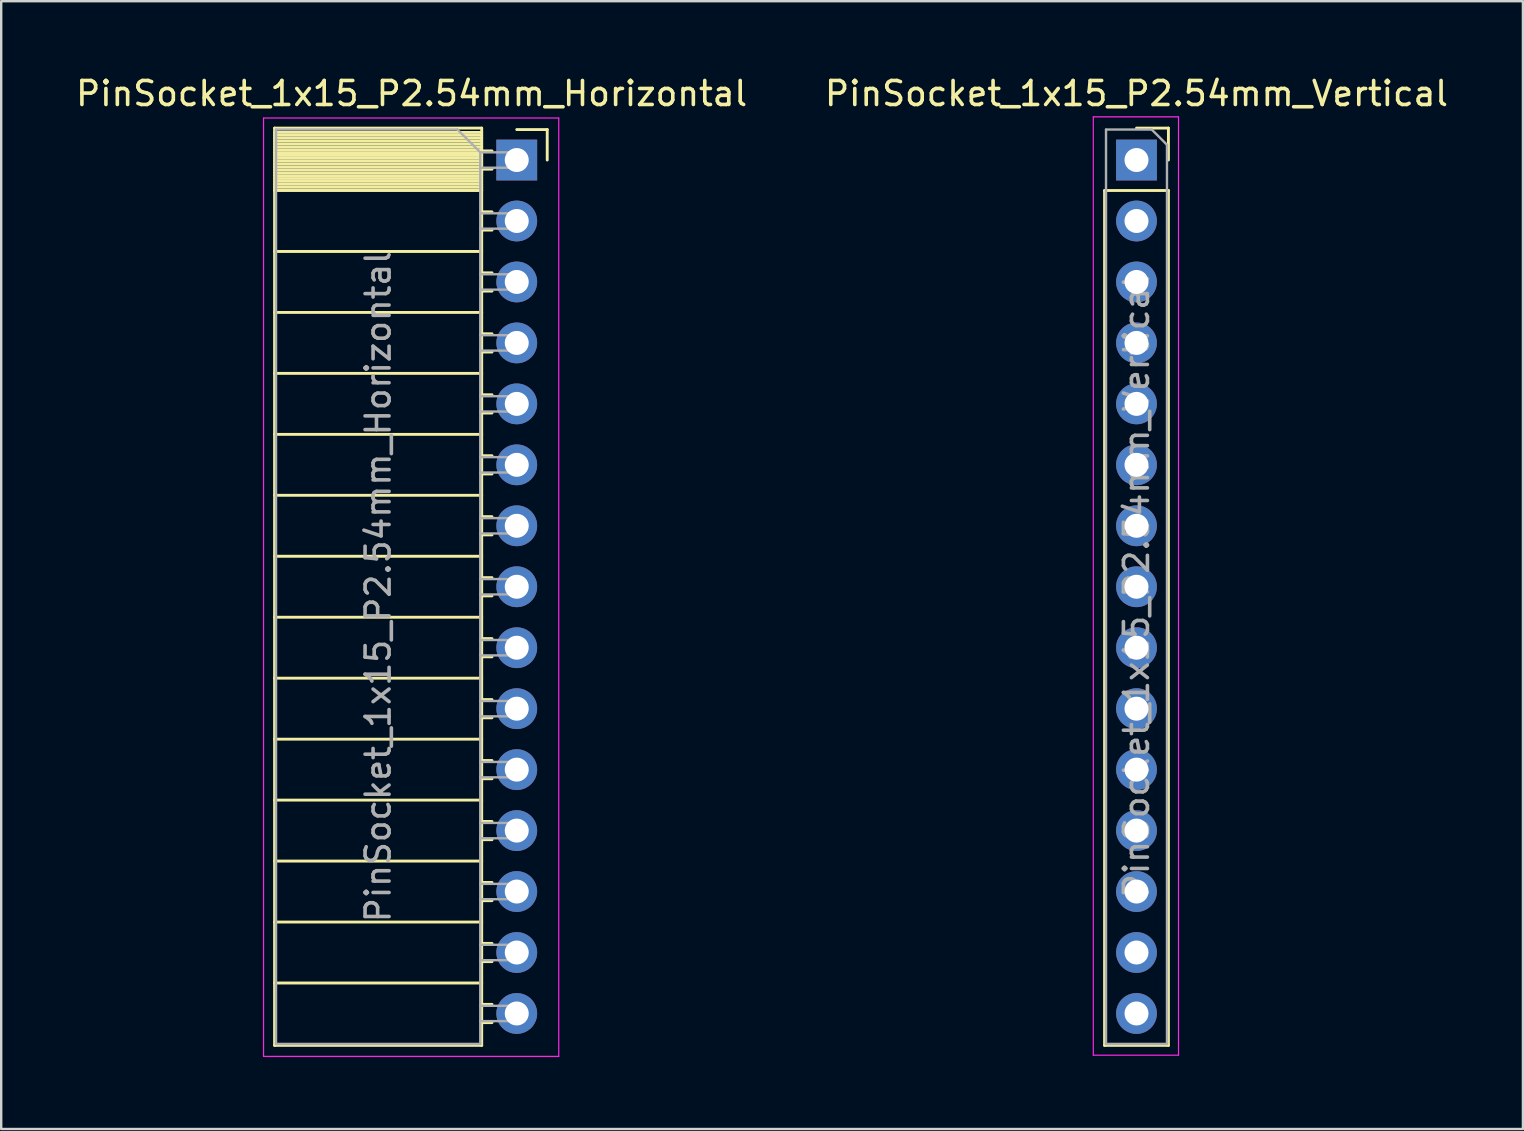
<source format=kicad_pcb>
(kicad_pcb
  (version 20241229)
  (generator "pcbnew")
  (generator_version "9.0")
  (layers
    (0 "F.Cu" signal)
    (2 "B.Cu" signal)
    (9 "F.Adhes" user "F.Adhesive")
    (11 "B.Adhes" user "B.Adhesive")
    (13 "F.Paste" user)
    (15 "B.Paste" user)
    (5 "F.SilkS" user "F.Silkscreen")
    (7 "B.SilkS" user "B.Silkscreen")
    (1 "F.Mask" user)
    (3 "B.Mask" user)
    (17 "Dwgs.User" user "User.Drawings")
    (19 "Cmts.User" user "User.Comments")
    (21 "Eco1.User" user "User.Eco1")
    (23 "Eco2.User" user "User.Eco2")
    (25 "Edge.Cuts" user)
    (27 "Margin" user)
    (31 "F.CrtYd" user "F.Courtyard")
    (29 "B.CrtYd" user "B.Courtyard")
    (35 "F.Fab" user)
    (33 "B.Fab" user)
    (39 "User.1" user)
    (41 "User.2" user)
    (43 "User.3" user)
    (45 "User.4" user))
  (footprint "PinSocket_1x15_P2.54mm_Horizontal"
    (layer "F.Cu")
    (at 18.481 3.618)
    (property "Reference" "PinSocket_1x15_P2.54mm_Horizontal" (at -4.38 -2.77 0) (layer "F.SilkS") (effects (font (size 1 1) (thickness 0.15))))
    (attr through_hole)
    (fp_line (start -10.09 -1.33) (end -1.46 -1.33) (stroke (width 0.12) (type solid)) (layer "F.SilkS"))
    (fp_line (start -10.09 -1.15) (end -1.46 -1.15) (stroke (width 0.12) (type solid)) (layer "F.SilkS"))
    (fp_line (start -10.09 -1.03) (end -1.46 -1.03) (stroke (width 0.12) (type solid)) (layer "F.SilkS"))
    (fp_line (start -10.09 -0.91) (end -1.46 -0.91) (stroke (width 0.12) (type solid)) (layer "F.SilkS"))
    (fp_line (start -10.09 -0.79) (end -1.46 -0.79) (stroke (width 0.12) (type solid)) (layer "F.SilkS"))
    (fp_line (start -10.09 -0.67) (end -1.46 -0.67) (stroke (width 0.12) (type solid)) (layer "F.SilkS"))
    (fp_line (start -10.09 -0.55) (end -1.46 -0.55) (stroke (width 0.12) (type solid)) (layer "F.SilkS"))
    (fp_line (start -10.09 -0.43) (end -1.46 -0.43) (stroke (width 0.12) (type solid)) (layer "F.SilkS"))
    (fp_line (start -10.09 -0.31) (end -1.46 -0.31) (stroke (width 0.12) (type solid)) (layer "F.SilkS"))
    (fp_line (start -10.09 -0.19) (end -1.46 -0.19) (stroke (width 0.12) (type solid)) (layer "F.SilkS"))
    (fp_line (start -10.09 -0.07) (end -1.46 -0.07) (stroke (width 0.12) (type solid)) (layer "F.SilkS"))
    (fp_line (start -10.09 0.05) (end -1.46 0.05) (stroke (width 0.12) (type solid)) (layer "F.SilkS"))
    (fp_line (start -10.09 0.17) (end -1.46 0.17) (stroke (width 0.12) (type solid)) (layer "F.SilkS"))
    (fp_line (start -10.09 0.29) (end -1.46 0.29) (stroke (width 0.12) (type solid)) (layer "F.SilkS"))
    (fp_line (start -10.09 0.41) (end -1.46 0.41) (stroke (width 0.12) (type solid)) (layer "F.SilkS"))
    (fp_line (start -10.09 0.53) (end -1.46 0.53) (stroke (width 0.12) (type solid)) (layer "F.SilkS"))
    (fp_line (start -10.09 0.65) (end -1.46 0.65) (stroke (width 0.12) (type solid)) (layer "F.SilkS"))
    (fp_line (start -10.09 0.77) (end -1.46 0.77) (stroke (width 0.12) (type solid)) (layer "F.SilkS"))
    (fp_line (start -10.09 0.89) (end -1.46 0.89) (stroke (width 0.12) (type solid)) (layer "F.SilkS"))
    (fp_line (start -10.09 1.01) (end -1.46 1.01) (stroke (width 0.12) (type solid)) (layer "F.SilkS"))
    (fp_line (start -10.09 1.13) (end -1.46 1.13) (stroke (width 0.12) (type solid)) (layer "F.SilkS"))
    (fp_line (start -10.09 1.25) (end -1.46 1.25) (stroke (width 0.12) (type solid)) (layer "F.SilkS"))
    (fp_line (start -10.09 1.27) (end -1.46 1.27) (stroke (width 0.12) (type solid)) (layer "F.SilkS"))
    (fp_line (start -10.09 3.81) (end -1.46 3.81) (stroke (width 0.12) (type solid)) (layer "F.SilkS"))
    (fp_line (start -10.09 6.35) (end -1.46 6.35) (stroke (width 0.12) (type solid)) (layer "F.SilkS"))
    (fp_line (start -10.09 8.89) (end -1.46 8.89) (stroke (width 0.12) (type solid)) (layer "F.SilkS"))
    (fp_line (start -10.09 11.43) (end -1.46 11.43) (stroke (width 0.12) (type solid)) (layer "F.SilkS"))
    (fp_line (start -10.09 13.97) (end -1.46 13.97) (stroke (width 0.12) (type solid)) (layer "F.SilkS"))
    (fp_line (start -10.09 16.51) (end -1.46 16.51) (stroke (width 0.12) (type solid)) (layer "F.SilkS"))
    (fp_line (start -10.09 19.05) (end -1.46 19.05) (stroke (width 0.12) (type solid)) (layer "F.SilkS"))
    (fp_line (start -10.09 21.59) (end -1.46 21.59) (stroke (width 0.12) (type solid)) (layer "F.SilkS"))
    (fp_line (start -10.09 24.13) (end -1.46 24.13) (stroke (width 0.12) (type solid)) (layer "F.SilkS"))
    (fp_line (start -10.09 26.67) (end -1.46 26.67) (stroke (width 0.12) (type solid)) (layer "F.SilkS"))
    (fp_line (start -10.09 29.21) (end -1.46 29.21) (stroke (width 0.12) (type solid)) (layer "F.SilkS"))
    (fp_line (start -10.09 31.75) (end -1.46 31.75) (stroke (width 0.12) (type solid)) (layer "F.SilkS"))
    (fp_line (start -10.09 34.29) (end -1.46 34.29) (stroke (width 0.12) (type solid)) (layer "F.SilkS"))
    (fp_line (start -10.09 36.89) (end -10.09 -1.33) (stroke (width 0.12) (type solid)) (layer "F.SilkS"))
    (fp_line (start -1.46 -1.33) (end -1.46 36.89) (stroke (width 0.12) (type solid)) (layer "F.SilkS"))
    (fp_line (start -1.46 -0.38) (end -1.03 -0.38) (stroke (width 0.12) (type solid)) (layer "F.SilkS"))
    (fp_line (start -1.46 2.16) (end -1.03 2.16) (stroke (width 0.12) (type solid)) (layer "F.SilkS"))
    (fp_line (start -1.46 4.7) (end -1.03 4.7) (stroke (width 0.12) (type solid)) (layer "F.SilkS"))
    (fp_line (start -1.46 7.24) (end -1.03 7.24) (stroke (width 0.12) (type solid)) (layer "F.SilkS"))
    (fp_line (start -1.46 9.78) (end -1.03 9.78) (stroke (width 0.12) (type solid)) (layer "F.SilkS"))
    (fp_line (start -1.46 12.32) (end -1.03 12.32) (stroke (width 0.12) (type solid)) (layer "F.SilkS"))
    (fp_line (start -1.46 14.86) (end -1.03 14.86) (stroke (width 0.12) (type solid)) (layer "F.SilkS"))
    (fp_line (start -1.46 17.4) (end -1.03 17.4) (stroke (width 0.12) (type solid)) (layer "F.SilkS"))
    (fp_line (start -1.46 19.94) (end -1.03 19.94) (stroke (width 0.12) (type solid)) (layer "F.SilkS"))
    (fp_line (start -1.46 22.48) (end -1.03 22.48) (stroke (width 0.12) (type solid)) (layer "F.SilkS"))
    (fp_line (start -1.46 25.02) (end -1.03 25.02) (stroke (width 0.12) (type solid)) (layer "F.SilkS"))
    (fp_line (start -1.46 27.56) (end -1.03 27.56) (stroke (width 0.12) (type solid)) (layer "F.SilkS"))
    (fp_line (start -1.46 30.1) (end -1.03 30.1) (stroke (width 0.12) (type solid)) (layer "F.SilkS"))
    (fp_line (start -1.46 32.64) (end -1.03 32.64) (stroke (width 0.12) (type solid)) (layer "F.SilkS"))
    (fp_line (start -1.46 35.18) (end -1.03 35.18) (stroke (width 0.12) (type solid)) (layer "F.SilkS"))
    (fp_line (start -1.46 36.89) (end -10.09 36.89) (stroke (width 0.12) (type solid)) (layer "F.SilkS"))
    (fp_line (start -1.03 0.38) (end -1.46 0.38) (stroke (width 0.12) (type solid)) (layer "F.SilkS"))
    (fp_line (start -1.03 2.92) (end -1.46 2.92) (stroke (width 0.12) (type solid)) (layer "F.SilkS"))
    (fp_line (start -1.03 5.46) (end -1.46 5.46) (stroke (width 0.12) (type solid)) (layer "F.SilkS"))
    (fp_line (start -1.03 8) (end -1.46 8) (stroke (width 0.12) (type solid)) (layer "F.SilkS"))
    (fp_line (start -1.03 10.54) (end -1.46 10.54) (stroke (width 0.12) (type solid)) (layer "F.SilkS"))
    (fp_line (start -1.03 13.08) (end -1.46 13.08) (stroke (width 0.12) (type solid)) (layer "F.SilkS"))
    (fp_line (start -1.03 15.62) (end -1.46 15.62) (stroke (width 0.12) (type solid)) (layer "F.SilkS"))
    (fp_line (start -1.03 18.16) (end -1.46 18.16) (stroke (width 0.12) (type solid)) (layer "F.SilkS"))
    (fp_line (start -1.03 20.7) (end -1.46 20.7) (stroke (width 0.12) (type solid)) (layer "F.SilkS"))
    (fp_line (start -1.03 23.24) (end -1.46 23.24) (stroke (width 0.12) (type solid)) (layer "F.SilkS"))
    (fp_line (start -1.03 25.78) (end -1.46 25.78) (stroke (width 0.12) (type solid)) (layer "F.SilkS"))
    (fp_line (start -1.03 28.32) (end -1.46 28.32) (stroke (width 0.12) (type solid)) (layer "F.SilkS"))
    (fp_line (start -1.03 30.86) (end -1.46 30.86) (stroke (width 0.12) (type solid)) (layer "F.SilkS"))
    (fp_line (start -1.03 33.4) (end -1.46 33.4) (stroke (width 0.12) (type solid)) (layer "F.SilkS"))
    (fp_line (start -1.03 35.94) (end -1.46 35.94) (stroke (width 0.12) (type solid)) (layer "F.SilkS"))
    (fp_line (start 0 -1.27) (end 1.27 -1.27) (stroke (width 0.12) (type solid)) (layer "F.SilkS"))
    (fp_line (start 1.27 -1.27) (end 1.27 0) (stroke (width 0.12) (type solid)) (layer "F.SilkS"))
    (fp_line (start -10.55 -1.75) (end -10.55 37.35) (stroke (width 0.05) (type solid)) (layer "F.CrtYd"))
    (fp_line (start -10.55 37.35) (end 1.75 37.35) (stroke (width 0.05) (type solid)) (layer "F.CrtYd"))
    (fp_line (start 1.75 -1.75) (end -10.55 -1.75) (stroke (width 0.05) (type solid)) (layer "F.CrtYd"))
    (fp_line (start 1.75 37.35) (end 1.75 -1.75) (stroke (width 0.05) (type solid)) (layer "F.CrtYd"))
    (fp_line (start -10.03 -1.27) (end -2.47 -1.27) (stroke (width 0.1) (type solid)) (layer "F.Fab"))
    (fp_line (start -10.03 36.83) (end -10.03 -1.27) (stroke (width 0.1) (type solid)) (layer "F.Fab"))
    (fp_line (start -2.47 -1.27) (end -1.52 -0.32) (stroke (width 0.1) (type solid)) (layer "F.Fab"))
    (fp_line (start -1.52 -0.32) (end -1.52 36.83) (stroke (width 0.1) (type solid)) (layer "F.Fab"))
    (fp_line (start -1.52 0.32) (end 0 0.32) (stroke (width 0.1) (type solid)) (layer "F.Fab"))
    (fp_line (start -1.52 2.86) (end 0 2.86) (stroke (width 0.1) (type solid)) (layer "F.Fab"))
    (fp_line (start -1.52 5.4) (end 0 5.4) (stroke (width 0.1) (type solid)) (layer "F.Fab"))
    (fp_line (start -1.52 7.94) (end 0 7.94) (stroke (width 0.1) (type solid)) (layer "F.Fab"))
    (fp_line (start -1.52 10.48) (end 0 10.48) (stroke (width 0.1) (type solid)) (layer "F.Fab"))
    (fp_line (start -1.52 13.02) (end 0 13.02) (stroke (width 0.1) (type solid)) (layer "F.Fab"))
    (fp_line (start -1.52 15.56) (end 0 15.56) (stroke (width 0.1) (type solid)) (layer "F.Fab"))
    (fp_line (start -1.52 18.1) (end 0 18.1) (stroke (width 0.1) (type solid)) (layer "F.Fab"))
    (fp_line (start -1.52 20.64) (end 0 20.64) (stroke (width 0.1) (type solid)) (layer "F.Fab"))
    (fp_line (start -1.52 23.18) (end 0 23.18) (stroke (width 0.1) (type solid)) (layer "F.Fab"))
    (fp_line (start -1.52 25.72) (end 0 25.72) (stroke (width 0.1) (type solid)) (layer "F.Fab"))
    (fp_line (start -1.52 28.26) (end 0 28.26) (stroke (width 0.1) (type solid)) (layer "F.Fab"))
    (fp_line (start -1.52 30.8) (end 0 30.8) (stroke (width 0.1) (type solid)) (layer "F.Fab"))
    (fp_line (start -1.52 33.34) (end 0 33.34) (stroke (width 0.1) (type solid)) (layer "F.Fab"))
    (fp_line (start -1.52 35.88) (end 0 35.88) (stroke (width 0.1) (type solid)) (layer "F.Fab"))
    (fp_line (start -1.52 36.83) (end -10.03 36.83) (stroke (width 0.1) (type solid)) (layer "F.Fab"))
    (fp_line (start 0 -0.32) (end -1.52 -0.32) (stroke (width 0.1) (type solid)) (layer "F.Fab"))
    (fp_line (start 0 0.32) (end 0 -0.32) (stroke (width 0.1) (type solid)) (layer "F.Fab"))
    (fp_line (start 0 2.22) (end -1.52 2.22) (stroke (width 0.1) (type solid)) (layer "F.Fab"))
    (fp_line (start 0 2.86) (end 0 2.22) (stroke (width 0.1) (type solid)) (layer "F.Fab"))
    (fp_line (start 0 4.76) (end -1.52 4.76) (stroke (width 0.1) (type solid)) (layer "F.Fab"))
    (fp_line (start 0 5.4) (end 0 4.76) (stroke (width 0.1) (type solid)) (layer "F.Fab"))
    (fp_line (start 0 7.3) (end -1.52 7.3) (stroke (width 0.1) (type solid)) (layer "F.Fab"))
    (fp_line (start 0 7.94) (end 0 7.3) (stroke (width 0.1) (type solid)) (layer "F.Fab"))
    (fp_line (start 0 9.84) (end -1.52 9.84) (stroke (width 0.1) (type solid)) (layer "F.Fab"))
    (fp_line (start 0 10.48) (end 0 9.84) (stroke (width 0.1) (type solid)) (layer "F.Fab"))
    (fp_line (start 0 12.38) (end -1.52 12.38) (stroke (width 0.1) (type solid)) (layer "F.Fab"))
    (fp_line (start 0 13.02) (end 0 12.38) (stroke (width 0.1) (type solid)) (layer "F.Fab"))
    (fp_line (start 0 14.92) (end -1.52 14.92) (stroke (width 0.1) (type solid)) (layer "F.Fab"))
    (fp_line (start 0 15.56) (end 0 14.92) (stroke (width 0.1) (type solid)) (layer "F.Fab"))
    (fp_line (start 0 17.46) (end -1.52 17.46) (stroke (width 0.1) (type solid)) (layer "F.Fab"))
    (fp_line (start 0 18.1) (end 0 17.46) (stroke (width 0.1) (type solid)) (layer "F.Fab"))
    (fp_line (start 0 20) (end -1.52 20) (stroke (width 0.1) (type solid)) (layer "F.Fab"))
    (fp_line (start 0 20.64) (end 0 20) (stroke (width 0.1) (type solid)) (layer "F.Fab"))
    (fp_line (start 0 22.54) (end -1.52 22.54) (stroke (width 0.1) (type solid)) (layer "F.Fab"))
    (fp_line (start 0 23.18) (end 0 22.54) (stroke (width 0.1) (type solid)) (layer "F.Fab"))
    (fp_line (start 0 25.08) (end -1.52 25.08) (stroke (width 0.1) (type solid)) (layer "F.Fab"))
    (fp_line (start 0 25.72) (end 0 25.08) (stroke (width 0.1) (type solid)) (layer "F.Fab"))
    (fp_line (start 0 27.62) (end -1.52 27.62) (stroke (width 0.1) (type solid)) (layer "F.Fab"))
    (fp_line (start 0 28.26) (end 0 27.62) (stroke (width 0.1) (type solid)) (layer "F.Fab"))
    (fp_line (start 0 30.16) (end -1.52 30.16) (stroke (width 0.1) (type solid)) (layer "F.Fab"))
    (fp_line (start 0 30.8) (end 0 30.16) (stroke (width 0.1) (type solid)) (layer "F.Fab"))
    (fp_line (start 0 32.7) (end -1.52 32.7) (stroke (width 0.1) (type solid)) (layer "F.Fab"))
    (fp_line (start 0 33.34) (end 0 32.7) (stroke (width 0.1) (type solid)) (layer "F.Fab"))
    (fp_line (start 0 35.24) (end -1.52 35.24) (stroke (width 0.1) (type solid)) (layer "F.Fab"))
    (fp_line (start 0 35.88) (end 0 35.24) (stroke (width 0.1) (type solid)) (layer "F.Fab"))
    (fp_text user "${REFERENCE}" (at -5.775 17.78 90) (layer "F.Fab") (effects (font (size 1 1) (thickness 0.15))))
    (pad "1" thru_hole rect (at 0 0) (size 1.7 1.7) (drill 1) (layers "*.Cu" "*.Mask"))
    (pad "2" thru_hole oval (at 0 2.54) (size 1.7 1.7) (drill 1) (layers "*.Cu" "*.Mask"))
    (pad "3" thru_hole oval (at 0 5.08) (size 1.7 1.7) (drill 1) (layers "*.Cu" "*.Mask"))
    (pad "4" thru_hole oval (at 0 7.62) (size 1.7 1.7) (drill 1) (layers "*.Cu" "*.Mask"))
    (pad "5" thru_hole oval (at 0 10.16) (size 1.7 1.7) (drill 1) (layers "*.Cu" "*.Mask"))
    (pad "6" thru_hole oval (at 0 12.7) (size 1.7 1.7) (drill 1) (layers "*.Cu" "*.Mask"))
    (pad "7" thru_hole oval (at 0 15.24) (size 1.7 1.7) (drill 1) (layers "*.Cu" "*.Mask"))
    (pad "8" thru_hole oval (at 0 17.78) (size 1.7 1.7) (drill 1) (layers "*.Cu" "*.Mask"))
    (pad "9" thru_hole oval (at 0 20.32) (size 1.7 1.7) (drill 1) (layers "*.Cu" "*.Mask"))
    (pad "10" thru_hole oval (at 0 22.86) (size 1.7 1.7) (drill 1) (layers "*.Cu" "*.Mask"))
    (pad "11" thru_hole oval (at 0 25.4) (size 1.7 1.7) (drill 1) (layers "*.Cu" "*.Mask"))
    (pad "12" thru_hole oval (at 0 27.94) (size 1.7 1.7) (drill 1) (layers "*.Cu" "*.Mask"))
    (pad "13" thru_hole oval (at 0 30.48) (size 1.7 1.7) (drill 1) (layers "*.Cu" "*.Mask"))
    (pad "14" thru_hole oval (at 0 33.02) (size 1.7 1.7) (drill 1) (layers "*.Cu" "*.Mask"))
    (pad "15" thru_hole oval (at 0 35.56) (size 1.7 1.7) (drill 1) (layers "*.Cu" "*.Mask")))
  (footprint "PinSocket_1x15_P2.54mm_Vertical"
    (layer "F.Cu")
    (at 44.304 3.618)
    (property "Reference" "PinSocket_1x15_P2.54mm_Vertical" (at 0 -2.77 0) (layer "F.SilkS") (effects (font (size 1 1) (thickness 0.15))))
    (attr through_hole)
    (fp_line (start -1.33 1.27) (end -1.33 36.89) (stroke (width 0.12) (type solid)) (layer "F.SilkS"))
    (fp_line (start -1.33 1.27) (end 1.33 1.27) (stroke (width 0.12) (type solid)) (layer "F.SilkS"))
    (fp_line (start -1.33 36.89) (end 1.33 36.89) (stroke (width 0.12) (type solid)) (layer "F.SilkS"))
    (fp_line (start 0 -1.33) (end 1.33 -1.33) (stroke (width 0.12) (type solid)) (layer "F.SilkS"))
    (fp_line (start 1.33 -1.33) (end 1.33 0) (stroke (width 0.12) (type solid)) (layer "F.SilkS"))
    (fp_line (start 1.33 1.27) (end 1.33 36.89) (stroke (width 0.12) (type solid)) (layer "F.SilkS"))
    (fp_line (start -1.8 -1.8) (end 1.75 -1.8) (stroke (width 0.05) (type solid)) (layer "F.CrtYd"))
    (fp_line (start -1.8 37.3) (end -1.8 -1.8) (stroke (width 0.05) (type solid)) (layer "F.CrtYd"))
    (fp_line (start 1.75 -1.8) (end 1.75 37.3) (stroke (width 0.05) (type solid)) (layer "F.CrtYd"))
    (fp_line (start 1.75 37.3) (end -1.8 37.3) (stroke (width 0.05) (type solid)) (layer "F.CrtYd"))
    (fp_line (start -1.27 -1.27) (end 0.635 -1.27) (stroke (width 0.1) (type solid)) (layer "F.Fab"))
    (fp_line (start -1.27 36.83) (end -1.27 -1.27) (stroke (width 0.1) (type solid)) (layer "F.Fab"))
    (fp_line (start 0.635 -1.27) (end 1.27 -0.635) (stroke (width 0.1) (type solid)) (layer "F.Fab"))
    (fp_line (start 1.27 -0.635) (end 1.27 36.83) (stroke (width 0.1) (type solid)) (layer "F.Fab"))
    (fp_line (start 1.27 36.83) (end -1.27 36.83) (stroke (width 0.1) (type solid)) (layer "F.Fab"))
    (fp_text user "${REFERENCE}" (at 0 17.78 90) (layer "F.Fab") (effects (font (size 1 1) (thickness 0.15))))
    (pad "1" thru_hole rect (at 0 0) (size 1.7 1.7) (drill 1) (layers "*.Cu" "*.Mask"))
    (pad "2" thru_hole oval (at 0 2.54) (size 1.7 1.7) (drill 1) (layers "*.Cu" "*.Mask"))
    (pad "3" thru_hole oval (at 0 5.08) (size 1.7 1.7) (drill 1) (layers "*.Cu" "*.Mask"))
    (pad "4" thru_hole oval (at 0 7.62) (size 1.7 1.7) (drill 1) (layers "*.Cu" "*.Mask"))
    (pad "5" thru_hole oval (at 0 10.16) (size 1.7 1.7) (drill 1) (layers "*.Cu" "*.Mask"))
    (pad "6" thru_hole oval (at 0 12.7) (size 1.7 1.7) (drill 1) (layers "*.Cu" "*.Mask"))
    (pad "7" thru_hole oval (at 0 15.24) (size 1.7 1.7) (drill 1) (layers "*.Cu" "*.Mask"))
    (pad "8" thru_hole oval (at 0 17.78) (size 1.7 1.7) (drill 1) (layers "*.Cu" "*.Mask"))
    (pad "9" thru_hole oval (at 0 20.32) (size 1.7 1.7) (drill 1) (layers "*.Cu" "*.Mask"))
    (pad "10" thru_hole oval (at 0 22.86) (size 1.7 1.7) (drill 1) (layers "*.Cu" "*.Mask"))
    (pad "11" thru_hole oval (at 0 25.4) (size 1.7 1.7) (drill 1) (layers "*.Cu" "*.Mask"))
    (pad "12" thru_hole oval (at 0 27.94) (size 1.7 1.7) (drill 1) (layers "*.Cu" "*.Mask"))
    (pad "13" thru_hole oval (at 0 30.48) (size 1.7 1.7) (drill 1) (layers "*.Cu" "*.Mask"))
    (pad "14" thru_hole oval (at 0 33.02) (size 1.7 1.7) (drill 1) (layers "*.Cu" "*.Mask"))
    (pad "15" thru_hole oval (at 0 35.56) (size 1.7 1.7) (drill 1) (layers "*.Cu" "*.Mask")))
  (gr_rect
    (start -3 -3)
    (end 60.405 43.993)
    (stroke (width 0.1) (type default))
    (fill no)
    (layer "Edge.Cuts")))
</source>
